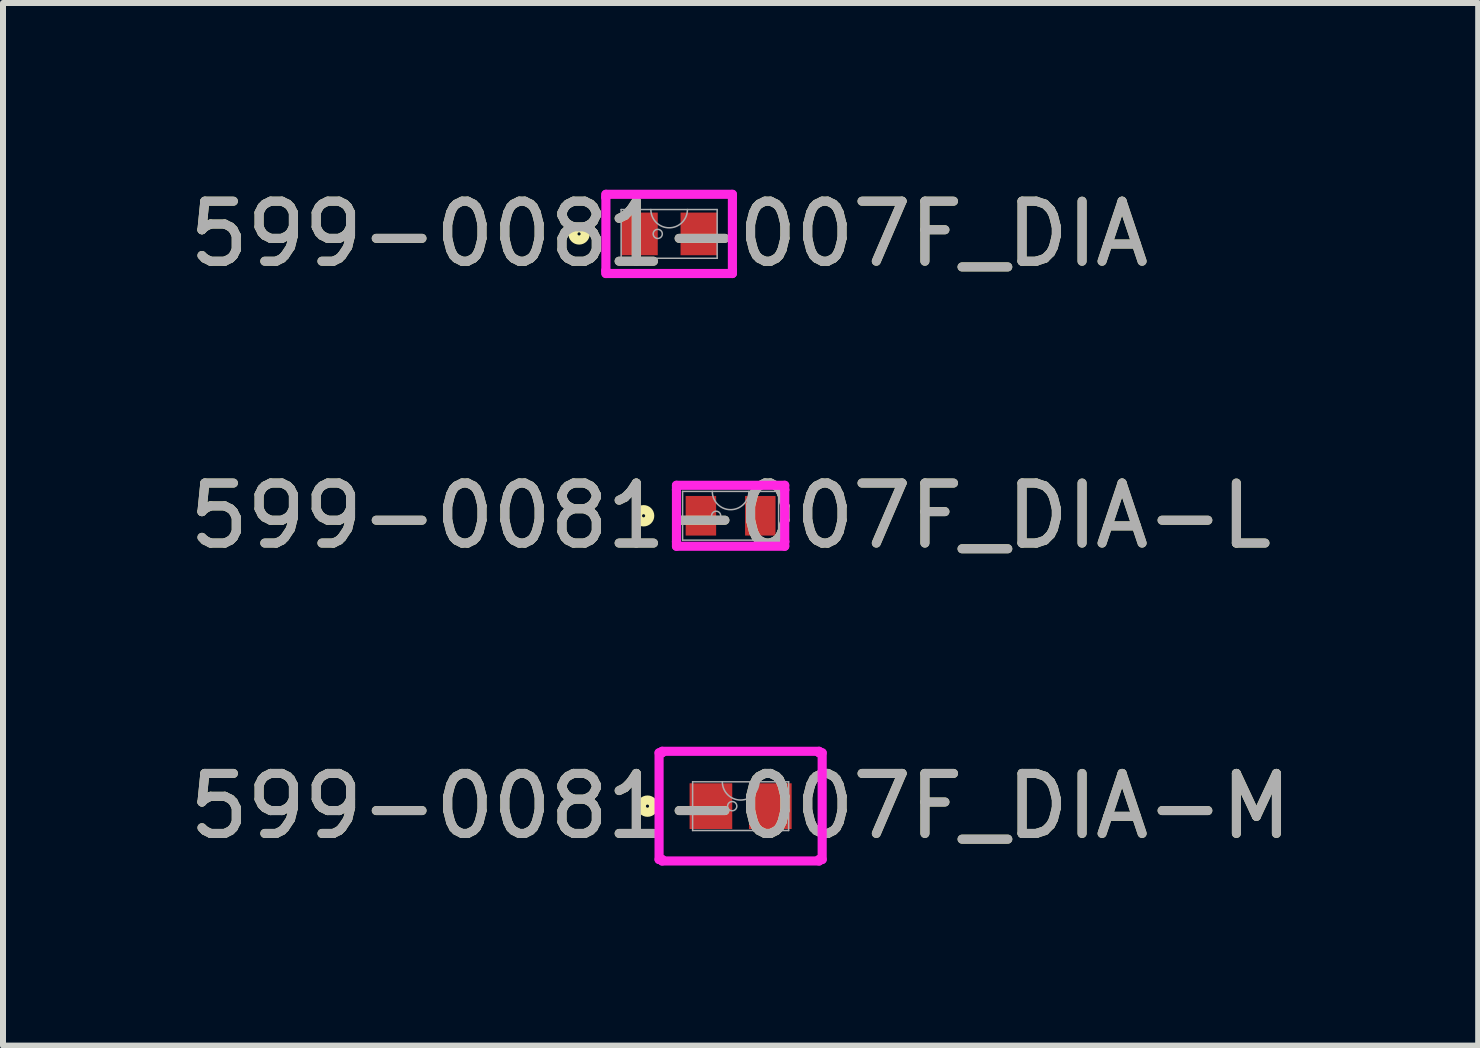
<source format=kicad_pcb>
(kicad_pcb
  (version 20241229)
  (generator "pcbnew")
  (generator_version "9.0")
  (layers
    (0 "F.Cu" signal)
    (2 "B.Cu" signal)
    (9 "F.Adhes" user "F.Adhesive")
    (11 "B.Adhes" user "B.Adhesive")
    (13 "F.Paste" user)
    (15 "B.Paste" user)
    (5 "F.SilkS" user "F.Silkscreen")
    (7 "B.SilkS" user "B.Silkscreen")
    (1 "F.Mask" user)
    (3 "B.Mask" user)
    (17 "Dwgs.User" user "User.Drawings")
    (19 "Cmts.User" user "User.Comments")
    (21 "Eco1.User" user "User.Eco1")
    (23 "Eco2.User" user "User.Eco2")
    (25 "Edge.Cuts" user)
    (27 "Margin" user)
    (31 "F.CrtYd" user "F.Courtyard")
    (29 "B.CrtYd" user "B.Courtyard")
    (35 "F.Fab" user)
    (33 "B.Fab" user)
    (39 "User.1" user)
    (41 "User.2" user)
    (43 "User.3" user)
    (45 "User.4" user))
  (footprint "599-0081-007F_DIA-M"
    (layer "F.Cu")
    (at 9.292 10.384)
    (property "Reference" "599-0081-007F_DIA-M" (at 0 0 0) (unlocked yes) (layer "F.SilkS") (effects (font (size 1 1) (thickness 0.15))))
    (attr smd)
    (fp_circle (center -1.552 0) (end -1.45 0) (stroke (width 0.152) (type solid)) (fill no) (layer "F.SilkS"))
    (fp_line (start -1.359 -0.889) (end -1.308 -0.889) (stroke (width 0.152) (type solid)) (layer "F.CrtYd"))
    (fp_line (start -1.359 0.889) (end -1.359 -0.889) (stroke (width 0.152) (type solid)) (layer "F.CrtYd"))
    (fp_line (start -1.359 0.889) (end -1.308 0.889) (stroke (width 0.152) (type solid)) (layer "F.CrtYd"))
    (fp_line (start -1.308 -0.914) (end 1.308 -0.914) (stroke (width 0.152) (type solid)) (layer "F.CrtYd"))
    (fp_line (start -1.308 -0.889) (end -1.308 -0.914) (stroke (width 0.152) (type solid)) (layer "F.CrtYd"))
    (fp_line (start -1.308 0.914) (end -1.308 0.889) (stroke (width 0.152) (type solid)) (layer "F.CrtYd"))
    (fp_line (start 1.308 -0.914) (end 1.308 -0.889) (stroke (width 0.152) (type solid)) (layer "F.CrtYd"))
    (fp_line (start 1.308 0.889) (end 1.308 0.914) (stroke (width 0.152) (type solid)) (layer "F.CrtYd"))
    (fp_line (start 1.308 0.914) (end -1.308 0.914) (stroke (width 0.152) (type solid)) (layer "F.CrtYd"))
    (fp_line (start 1.359 -0.889) (end 1.308 -0.889) (stroke (width 0.152) (type solid)) (layer "F.CrtYd"))
    (fp_line (start 1.359 -0.889) (end 1.359 0.889) (stroke (width 0.152) (type solid)) (layer "F.CrtYd"))
    (fp_line (start 1.359 0.889) (end 1.308 0.889) (stroke (width 0.152) (type solid)) (layer "F.CrtYd"))
    (fp_line (start -0.8 -0.406) (end -0.8 0.406) (stroke (width 0.025) (type solid)) (layer "F.Fab"))
    (fp_line (start -0.8 0.406) (end 0.8 0.406) (stroke (width 0.025) (type solid)) (layer "F.Fab"))
    (fp_line (start 0.8 -0.406) (end -0.8 -0.406) (stroke (width 0.025) (type solid)) (layer "F.Fab"))
    (fp_line (start 0.8 0.406) (end 0.8 -0.406) (stroke (width 0.025) (type solid)) (layer "F.Fab"))
    (fp_arc (start 0.3048 -0.4064) (mid 0 -0.1016) (end -0.3048 -0.4064) (stroke (width 0.0254) (type solid)) (layer "F.Fab"))
    (fp_circle (center -0.14 0) (end -0.063 0) (stroke (width 0.025) (type solid)) (fill no) (layer "F.Fab"))
    (fp_text user "${REFERENCE}" (at 0 0 0) (unlocked yes) (layer "F.Fab") (effects (font (size 1 1) (thickness 0.15))))
    (pad "1" smd rect (at -0.495 0) (size 0.711 0.762) (layers "F.Cu" "F.Mask" "F.Paste"))
    (pad "2" smd rect (at 0.495 0) (size 0.711 0.762) (layers "F.Cu" "F.Mask" "F.Paste")))
  (footprint "599-0081-007F_DIA-L"
    (layer "F.Cu")
    (at 9.125 5.545)
    (property "Reference" "599-0081-007F_DIA-L" (at 0 0 0) (unlocked yes) (layer "F.SilkS") (effects (font (size 1 1) (thickness 0.15))))
    (attr smd)
    (fp_circle (center -1.45 0) (end -1.348 0) (stroke (width 0.152) (type solid)) (fill no) (layer "F.SilkS"))
    (fp_line (start -0.902 -0.508) (end 0.902 -0.508) (stroke (width 0.152) (type solid)) (layer "F.CrtYd"))
    (fp_line (start -0.902 -0.432) (end -0.902 -0.508) (stroke (width 0.152) (type solid)) (layer "F.CrtYd"))
    (fp_line (start -0.902 -0.432) (end -0.902 -0.432) (stroke (width 0.152) (type solid)) (layer "F.CrtYd"))
    (fp_line (start -0.902 0.432) (end -0.902 -0.432) (stroke (width 0.152) (type solid)) (layer "F.CrtYd"))
    (fp_line (start -0.902 0.432) (end -0.902 0.432) (stroke (width 0.152) (type solid)) (layer "F.CrtYd"))
    (fp_line (start -0.902 0.508) (end -0.902 0.432) (stroke (width 0.152) (type solid)) (layer "F.CrtYd"))
    (fp_line (start 0.902 -0.508) (end 0.902 -0.432) (stroke (width 0.152) (type solid)) (layer "F.CrtYd"))
    (fp_line (start 0.902 -0.432) (end 0.902 -0.432) (stroke (width 0.152) (type solid)) (layer "F.CrtYd"))
    (fp_line (start 0.902 -0.432) (end 0.902 0.432) (stroke (width 0.152) (type solid)) (layer "F.CrtYd"))
    (fp_line (start 0.902 0.432) (end 0.902 0.432) (stroke (width 0.152) (type solid)) (layer "F.CrtYd"))
    (fp_line (start 0.902 0.432) (end 0.902 0.508) (stroke (width 0.152) (type solid)) (layer "F.CrtYd"))
    (fp_line (start 0.902 0.508) (end -0.902 0.508) (stroke (width 0.152) (type solid)) (layer "F.CrtYd"))
    (fp_line (start -0.8 -0.406) (end -0.8 0.406) (stroke (width 0.025) (type solid)) (layer "F.Fab"))
    (fp_line (start -0.8 0.406) (end 0.8 0.406) (stroke (width 0.025) (type solid)) (layer "F.Fab"))
    (fp_line (start 0.8 -0.406) (end -0.8 -0.406) (stroke (width 0.025) (type solid)) (layer "F.Fab"))
    (fp_line (start 0.8 0.406) (end 0.8 -0.406) (stroke (width 0.025) (type solid)) (layer "F.Fab"))
    (fp_arc (start 0.3048 -0.4064) (mid 0 -0.1016) (end -0.3048 -0.4064) (stroke (width 0.0254) (type solid)) (layer "F.Fab"))
    (fp_circle (center -0.241 0) (end -0.165 0) (stroke (width 0.025) (type solid)) (fill no) (layer "F.Fab"))
    (fp_text user "${REFERENCE}" (at 0 0 0) (unlocked yes) (layer "F.Fab") (effects (font (size 1 1) (thickness 0.15))))
    (pad "1" smd rect (at -0.495 0) (size 0.508 0.66) (layers "F.Cu" "F.Mask" "F.Paste"))
    (pad "2" smd rect (at 0.495 0) (size 0.508 0.66) (layers "F.Cu" "F.Mask" "F.Paste")))
  (footprint "599-0081-007F_DIA"
    (layer "F.Cu")
    (at 8.101 0.848)
    (property "Reference" "599-0081-007F_DIA" (at 0 0 0) (unlocked yes) (layer "F.SilkS") (effects (font (size 1 1) (thickness 0.15))))
    (attr smd)
    (fp_circle (center -1.501 0) (end -1.399 0) (stroke (width 0.152) (type solid)) (fill no) (layer "F.SilkS"))
    (fp_line (start -1.054 -0.66) (end 1.054 -0.66) (stroke (width 0.152) (type solid)) (layer "F.CrtYd"))
    (fp_line (start -1.054 -0.61) (end -1.054 -0.66) (stroke (width 0.152) (type solid)) (layer "F.CrtYd"))
    (fp_line (start -1.054 -0.61) (end -1.054 -0.61) (stroke (width 0.152) (type solid)) (layer "F.CrtYd"))
    (fp_line (start -1.054 0.61) (end -1.054 -0.61) (stroke (width 0.152) (type solid)) (layer "F.CrtYd"))
    (fp_line (start -1.054 0.61) (end -1.054 0.61) (stroke (width 0.152) (type solid)) (layer "F.CrtYd"))
    (fp_line (start -1.054 0.66) (end -1.054 0.61) (stroke (width 0.152) (type solid)) (layer "F.CrtYd"))
    (fp_line (start 1.054 -0.66) (end 1.054 -0.61) (stroke (width 0.152) (type solid)) (layer "F.CrtYd"))
    (fp_line (start 1.054 -0.61) (end 1.054 -0.61) (stroke (width 0.152) (type solid)) (layer "F.CrtYd"))
    (fp_line (start 1.054 -0.61) (end 1.054 0.61) (stroke (width 0.152) (type solid)) (layer "F.CrtYd"))
    (fp_line (start 1.054 0.61) (end 1.054 0.61) (stroke (width 0.152) (type solid)) (layer "F.CrtYd"))
    (fp_line (start 1.054 0.61) (end 1.054 0.66) (stroke (width 0.152) (type solid)) (layer "F.CrtYd"))
    (fp_line (start 1.054 0.66) (end -1.054 0.66) (stroke (width 0.152) (type solid)) (layer "F.CrtYd"))
    (fp_line (start -0.8 -0.406) (end -0.8 0.406) (stroke (width 0.025) (type solid)) (layer "F.Fab"))
    (fp_line (start -0.8 0.406) (end 0.8 0.406) (stroke (width 0.025) (type solid)) (layer "F.Fab"))
    (fp_line (start 0.8 -0.406) (end -0.8 -0.406) (stroke (width 0.025) (type solid)) (layer "F.Fab"))
    (fp_line (start 0.8 0.406) (end 0.8 -0.406) (stroke (width 0.025) (type solid)) (layer "F.Fab"))
    (fp_arc (start 0.3048 -0.4064) (mid 0 -0.1016) (end -0.3048 -0.4064) (stroke (width 0.0254) (type solid)) (layer "F.Fab"))
    (fp_circle (center -0.19 0) (end -0.114 0) (stroke (width 0.025) (type solid)) (fill no) (layer "F.Fab"))
    (fp_text user "${REFERENCE}" (at 0 0 0) (unlocked yes) (layer "F.Fab") (effects (font (size 1 1) (thickness 0.15))))
    (pad "1" smd rect (at -0.495 0) (size 0.61 0.711) (layers "F.Cu" "F.Mask" "F.Paste"))
    (pad "2" smd rect (at 0.495 0) (size 0.61 0.711) (layers "F.Cu" "F.Mask" "F.Paste")))
  (gr_rect
    (start -3 -3)
    (end 21.583 14.374)
    (stroke (width 0.1) (type default))
    (fill no)
    (layer "Edge.Cuts")))
</source>
